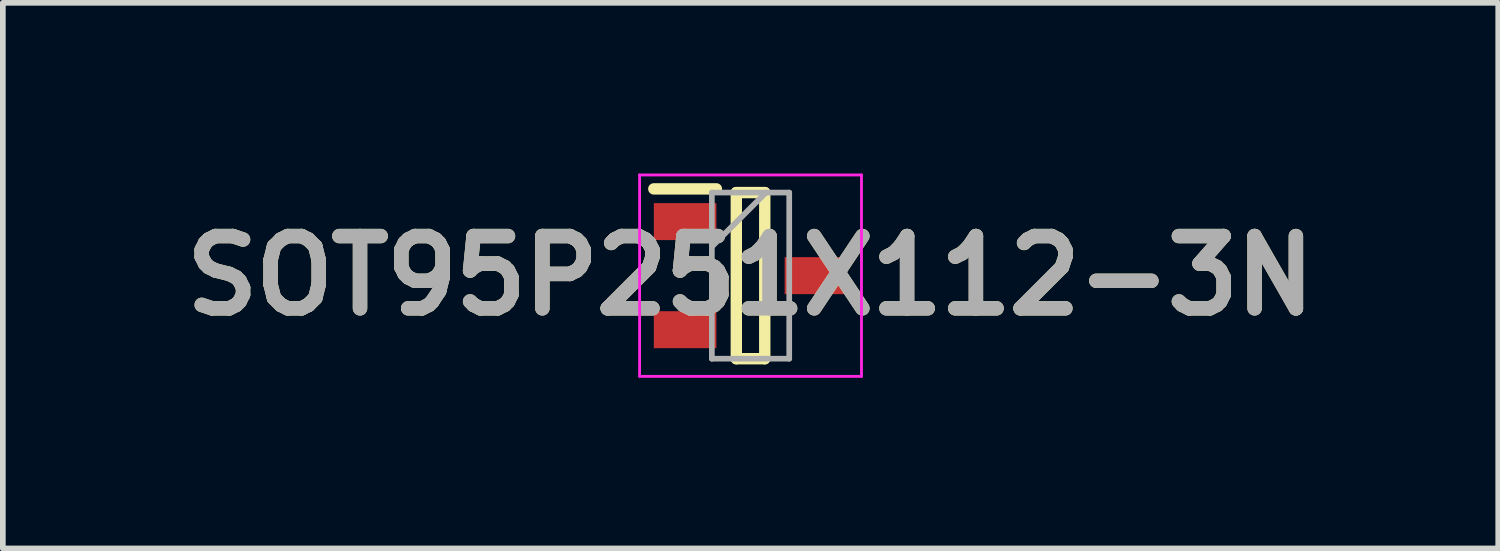
<source format=kicad_pcb>
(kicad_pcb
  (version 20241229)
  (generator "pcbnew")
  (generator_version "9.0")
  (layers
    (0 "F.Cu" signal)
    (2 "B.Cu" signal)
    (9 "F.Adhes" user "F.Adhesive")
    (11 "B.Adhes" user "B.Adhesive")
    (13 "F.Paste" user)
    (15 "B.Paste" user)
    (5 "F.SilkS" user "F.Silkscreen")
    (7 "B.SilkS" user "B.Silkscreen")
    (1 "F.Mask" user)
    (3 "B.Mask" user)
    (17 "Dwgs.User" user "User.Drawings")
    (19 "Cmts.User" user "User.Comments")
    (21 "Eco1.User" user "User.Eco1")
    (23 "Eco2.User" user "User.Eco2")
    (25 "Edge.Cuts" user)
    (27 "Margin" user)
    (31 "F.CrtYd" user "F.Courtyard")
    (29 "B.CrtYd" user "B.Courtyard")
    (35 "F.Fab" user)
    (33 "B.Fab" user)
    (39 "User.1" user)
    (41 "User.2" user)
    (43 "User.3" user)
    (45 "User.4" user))
  (footprint "SOT95P251X112-3N"
    (layer "F.Cu")
    (at 10.142 1.795)
    (property "Reference" "SOT95P251X112-3N" (at 0 0 0) (layer "F.SilkS") (effects (font (size 1.27 1.27) (thickness 0.254))))
    (attr smd)
    (fp_line (start -1.7 -1.525) (end -0.6 -1.525) (stroke (width 0.2) (type solid)) (layer "F.SilkS"))
    (fp_line (start -0.25 -1.46) (end 0.25 -1.46) (stroke (width 0.2) (type solid)) (layer "F.SilkS"))
    (fp_line (start -0.25 1.46) (end -0.25 -1.46) (stroke (width 0.2) (type solid)) (layer "F.SilkS"))
    (fp_line (start 0.25 -1.46) (end 0.25 1.46) (stroke (width 0.2) (type solid)) (layer "F.SilkS"))
    (fp_line (start 0.25 1.46) (end -0.25 1.46) (stroke (width 0.2) (type solid)) (layer "F.SilkS"))
    (fp_line (start -1.95 -1.77) (end 1.95 -1.77) (stroke (width 0.05) (type solid)) (layer "F.CrtYd"))
    (fp_line (start -1.95 1.77) (end -1.95 -1.77) (stroke (width 0.05) (type solid)) (layer "F.CrtYd"))
    (fp_line (start 1.95 -1.77) (end 1.95 1.77) (stroke (width 0.05) (type solid)) (layer "F.CrtYd"))
    (fp_line (start 1.95 1.77) (end -1.95 1.77) (stroke (width 0.05) (type solid)) (layer "F.CrtYd"))
    (fp_line (start -0.68 -1.46) (end 0.68 -1.46) (stroke (width 0.1) (type solid)) (layer "F.Fab"))
    (fp_line (start -0.68 -0.51) (end 0.27 -1.46) (stroke (width 0.1) (type solid)) (layer "F.Fab"))
    (fp_line (start -0.68 1.46) (end -0.68 -1.46) (stroke (width 0.1) (type solid)) (layer "F.Fab"))
    (fp_line (start 0.68 -1.46) (end 0.68 1.46) (stroke (width 0.1) (type solid)) (layer "F.Fab"))
    (fp_line (start 0.68 1.46) (end -0.68 1.46) (stroke (width 0.1) (type solid)) (layer "F.Fab"))
    (fp_text user "${REFERENCE}" (at 0 0 0) (layer "F.Fab") (effects (font (size 1.27 1.27) (thickness 0.254))))
    (pad "1" smd rect (at -1.15 -0.95 90) (size 0.65 1.1) (layers "F.Cu" "F.Mask" "F.Paste"))
    (pad "2" smd rect (at -1.15 0.95 90) (size 0.65 1.1) (layers "F.Cu" "F.Mask" "F.Paste"))
    (pad "3" smd rect (at 1.15 0 90) (size 0.65 1.1) (layers "F.Cu" "F.Mask" "F.Paste")))
  (gr_rect
    (start -3 -3)
    (end 23.284 6.59)
    (stroke (width 0.1) (type default))
    (fill no)
    (layer "Edge.Cuts")))
</source>
